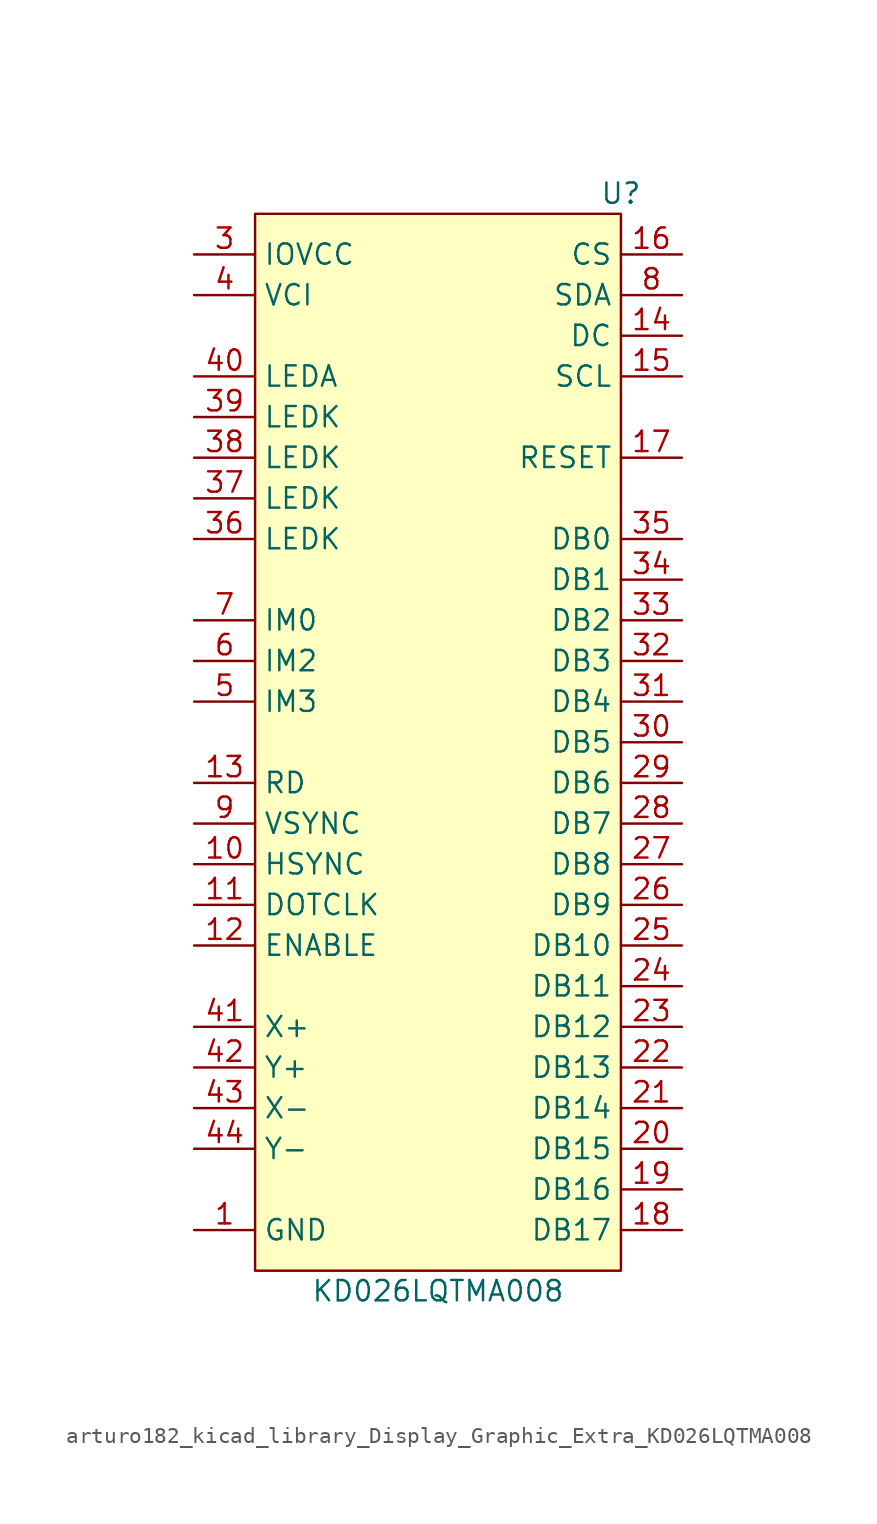
<source format=kicad_sym>
(kicad_symbol_lib
  (version 20220914)
  (generator kicad_symbol_editor)
  (symbol "arturo182_kicad_library_Display_Graphic_Extra_KD026LQTMA008"
    (property "Reference" "U"
      (at 11.43 31.75 0)
      (effects (font (size 1.27 1.27))))
    (property "Value" "KD026LQTMA008"
      (at 0 -36.83 0)
      (effects (font (size 1.27 1.27))))
    (symbol "arturo182_kicad_library_Display_Graphic_Extra_KD026LQTMA008_0_0"
      (pin power_in line (at -15.24 -33.02 0) (length 3.81) (name "GND" (effects (font (size 1.27 1.27)))) (number "1" (effects (font (size 1.27 1.27)))))
      (pin input line (at -15.24 -10.16 0) (length 3.81) (name "HSYNC" (effects (font (size 1.27 1.27)))) (number "10" (effects (font (size 1.27 1.27)))))
      (pin input line (at -15.24 -12.7 0) (length 3.81) (name "DOTCLK" (effects (font (size 1.27 1.27)))) (number "11" (effects (font (size 1.27 1.27)))))
      (pin input line (at -15.24 -15.24 0) (length 3.81) (name "ENABLE" (effects (font (size 1.27 1.27)))) (number "12" (effects (font (size 1.27 1.27)))))
      (pin input line (at -15.24 -5.08 0) (length 3.81) (name "RD" (effects (font (size 1.27 1.27)))) (number "13" (effects (font (size 1.27 1.27)))))
      (pin input line (at 15.24 22.86 180) (length 3.81) (name "DC" (effects (font (size 1.27 1.27)))) (number "14" (effects (font (size 1.27 1.27)))))
      (pin input line (at 15.24 20.32 180) (length 3.81) (name "SCL" (effects (font (size 1.27 1.27)))) (number "15" (effects (font (size 1.27 1.27)))))
      (pin input line (at 15.24 27.94 180) (length 3.81) (name "CS" (effects (font (size 1.27 1.27)))) (number "16" (effects (font (size 1.27 1.27)))))
      (pin input line (at 15.24 15.24 180) (length 3.81) (name "RESET" (effects (font (size 1.27 1.27)))) (number "17" (effects (font (size 1.27 1.27)))))
      (pin input line (at 15.24 -33.02 180) (length 3.81) (name "DB17" (effects (font (size 1.27 1.27)))) (number "18" (effects (font (size 1.27 1.27)))))
      (pin input line (at 15.24 -30.48 180) (length 3.81) (name "DB16" (effects (font (size 1.27 1.27)))) (number "19" (effects (font (size 1.27 1.27)))))
      (pin passive line (at -15.24 -33.02 0) (length 3.81) hide (name "GND" (effects (font (size 1.27 1.27)))) (number "2" (effects (font (size 1.27 1.27)))))
      (pin input line (at 15.24 -27.94 180) (length 3.81) (name "DB15" (effects (font (size 1.27 1.27)))) (number "20" (effects (font (size 1.27 1.27)))))
      (pin input line (at 15.24 -25.4 180) (length 3.81) (name "DB14" (effects (font (size 1.27 1.27)))) (number "21" (effects (font (size 1.27 1.27)))))
      (pin input line (at 15.24 -22.86 180) (length 3.81) (name "DB13" (effects (font (size 1.27 1.27)))) (number "22" (effects (font (size 1.27 1.27)))))
      (pin input line (at 15.24 -20.32 180) (length 3.81) (name "DB12" (effects (font (size 1.27 1.27)))) (number "23" (effects (font (size 1.27 1.27)))))
      (pin input line (at 15.24 -17.78 180) (length 3.81) (name "DB11" (effects (font (size 1.27 1.27)))) (number "24" (effects (font (size 1.27 1.27)))))
      (pin input line (at 15.24 -15.24 180) (length 3.81) (name "DB10" (effects (font (size 1.27 1.27)))) (number "25" (effects (font (size 1.27 1.27)))))
      (pin input line (at 15.24 -12.7 180) (length 3.81) (name "DB9" (effects (font (size 1.27 1.27)))) (number "26" (effects (font (size 1.27 1.27)))))
      (pin input line (at 15.24 -10.16 180) (length 3.81) (name "DB8" (effects (font (size 1.27 1.27)))) (number "27" (effects (font (size 1.27 1.27)))))
      (pin input line (at 15.24 -7.62 180) (length 3.81) (name "DB7" (effects (font (size 1.27 1.27)))) (number "28" (effects (font (size 1.27 1.27)))))
      (pin input line (at 15.24 -5.08 180) (length 3.81) (name "DB6" (effects (font (size 1.27 1.27)))) (number "29" (effects (font (size 1.27 1.27)))))
      (pin power_in line (at -15.24 27.94 0) (length 3.81) (name "IOVCC" (effects (font (size 1.27 1.27)))) (number "3" (effects (font (size 1.27 1.27)))))
      (pin input line (at 15.24 -2.54 180) (length 3.81) (name "DB5" (effects (font (size 1.27 1.27)))) (number "30" (effects (font (size 1.27 1.27)))))
      (pin input line (at 15.24 0 180) (length 3.81) (name "DB4" (effects (font (size 1.27 1.27)))) (number "31" (effects (font (size 1.27 1.27)))))
      (pin input line (at 15.24 2.54 180) (length 3.81) (name "DB3" (effects (font (size 1.27 1.27)))) (number "32" (effects (font (size 1.27 1.27)))))
      (pin input line (at 15.24 5.08 180) (length 3.81) (name "DB2" (effects (font (size 1.27 1.27)))) (number "33" (effects (font (size 1.27 1.27)))))
      (pin input line (at 15.24 7.62 180) (length 3.81) (name "DB1" (effects (font (size 1.27 1.27)))) (number "34" (effects (font (size 1.27 1.27)))))
      (pin input line (at 15.24 10.16 180) (length 3.81) (name "DB0" (effects (font (size 1.27 1.27)))) (number "35" (effects (font (size 1.27 1.27)))))
      (pin input line (at -15.24 10.16 0) (length 3.81) (name "LEDK" (effects (font (size 1.27 1.27)))) (number "36" (effects (font (size 1.27 1.27)))))
      (pin input line (at -15.24 12.7 0) (length 3.81) (name "LEDK" (effects (font (size 1.27 1.27)))) (number "37" (effects (font (size 1.27 1.27)))))
      (pin input line (at -15.24 15.24 0) (length 3.81) (name "LEDK" (effects (font (size 1.27 1.27)))) (number "38" (effects (font (size 1.27 1.27)))))
      (pin input line (at -15.24 17.78 0) (length 3.81) (name "LEDK" (effects (font (size 1.27 1.27)))) (number "39" (effects (font (size 1.27 1.27)))))
      (pin power_in line (at -15.24 25.4 0) (length 3.81) (name "VCI" (effects (font (size 1.27 1.27)))) (number "4" (effects (font (size 1.27 1.27)))))
      (pin input line (at -15.24 20.32 0) (length 3.81) (name "LEDA" (effects (font (size 1.27 1.27)))) (number "40" (effects (font (size 1.27 1.27)))))
      (pin output line (at -15.24 -20.32 0) (length 3.81) (name "X+" (effects (font (size 1.27 1.27)))) (number "41" (effects (font (size 1.27 1.27)))))
      (pin output line (at -15.24 -22.86 0) (length 3.81) (name "Y+" (effects (font (size 1.27 1.27)))) (number "42" (effects (font (size 1.27 1.27)))))
      (pin output line (at -15.24 -25.4 0) (length 3.81) (name "X-" (effects (font (size 1.27 1.27)))) (number "43" (effects (font (size 1.27 1.27)))))
      (pin output line (at -15.24 -27.94 0) (length 3.81) (name "Y-" (effects (font (size 1.27 1.27)))) (number "44" (effects (font (size 1.27 1.27)))))
      (pin passive line (at -15.24 -33.02 0) (length 3.81) hide (name "GND" (effects (font (size 1.27 1.27)))) (number "45" (effects (font (size 1.27 1.27)))))
      (pin input line (at -15.24 0 0) (length 3.81) (name "IM3" (effects (font (size 1.27 1.27)))) (number "5" (effects (font (size 1.27 1.27)))))
      (pin input line (at -15.24 2.54 0) (length 3.81) (name "IM2" (effects (font (size 1.27 1.27)))) (number "6" (effects (font (size 1.27 1.27)))))
      (pin input line (at -15.24 5.08 0) (length 3.81) (name "IM0" (effects (font (size 1.27 1.27)))) (number "7" (effects (font (size 1.27 1.27)))))
      (pin input line (at 15.24 25.4 180) (length 3.81) (name "SDA" (effects (font (size 1.27 1.27)))) (number "8" (effects (font (size 1.27 1.27)))))
      (pin input line (at -15.24 -7.62 0) (length 3.81) (name "VSYNC" (effects (font (size 1.27 1.27)))) (number "9" (effects (font (size 1.27 1.27))))))
    (symbol "arturo182_kicad_library_Display_Graphic_Extra_KD026LQTMA008_0_1"
      (rectangle (start -11.43 30.48) (end 11.43 -35.56) (stroke (width 0.152) (type default)) (fill (type background))))))
</source>
